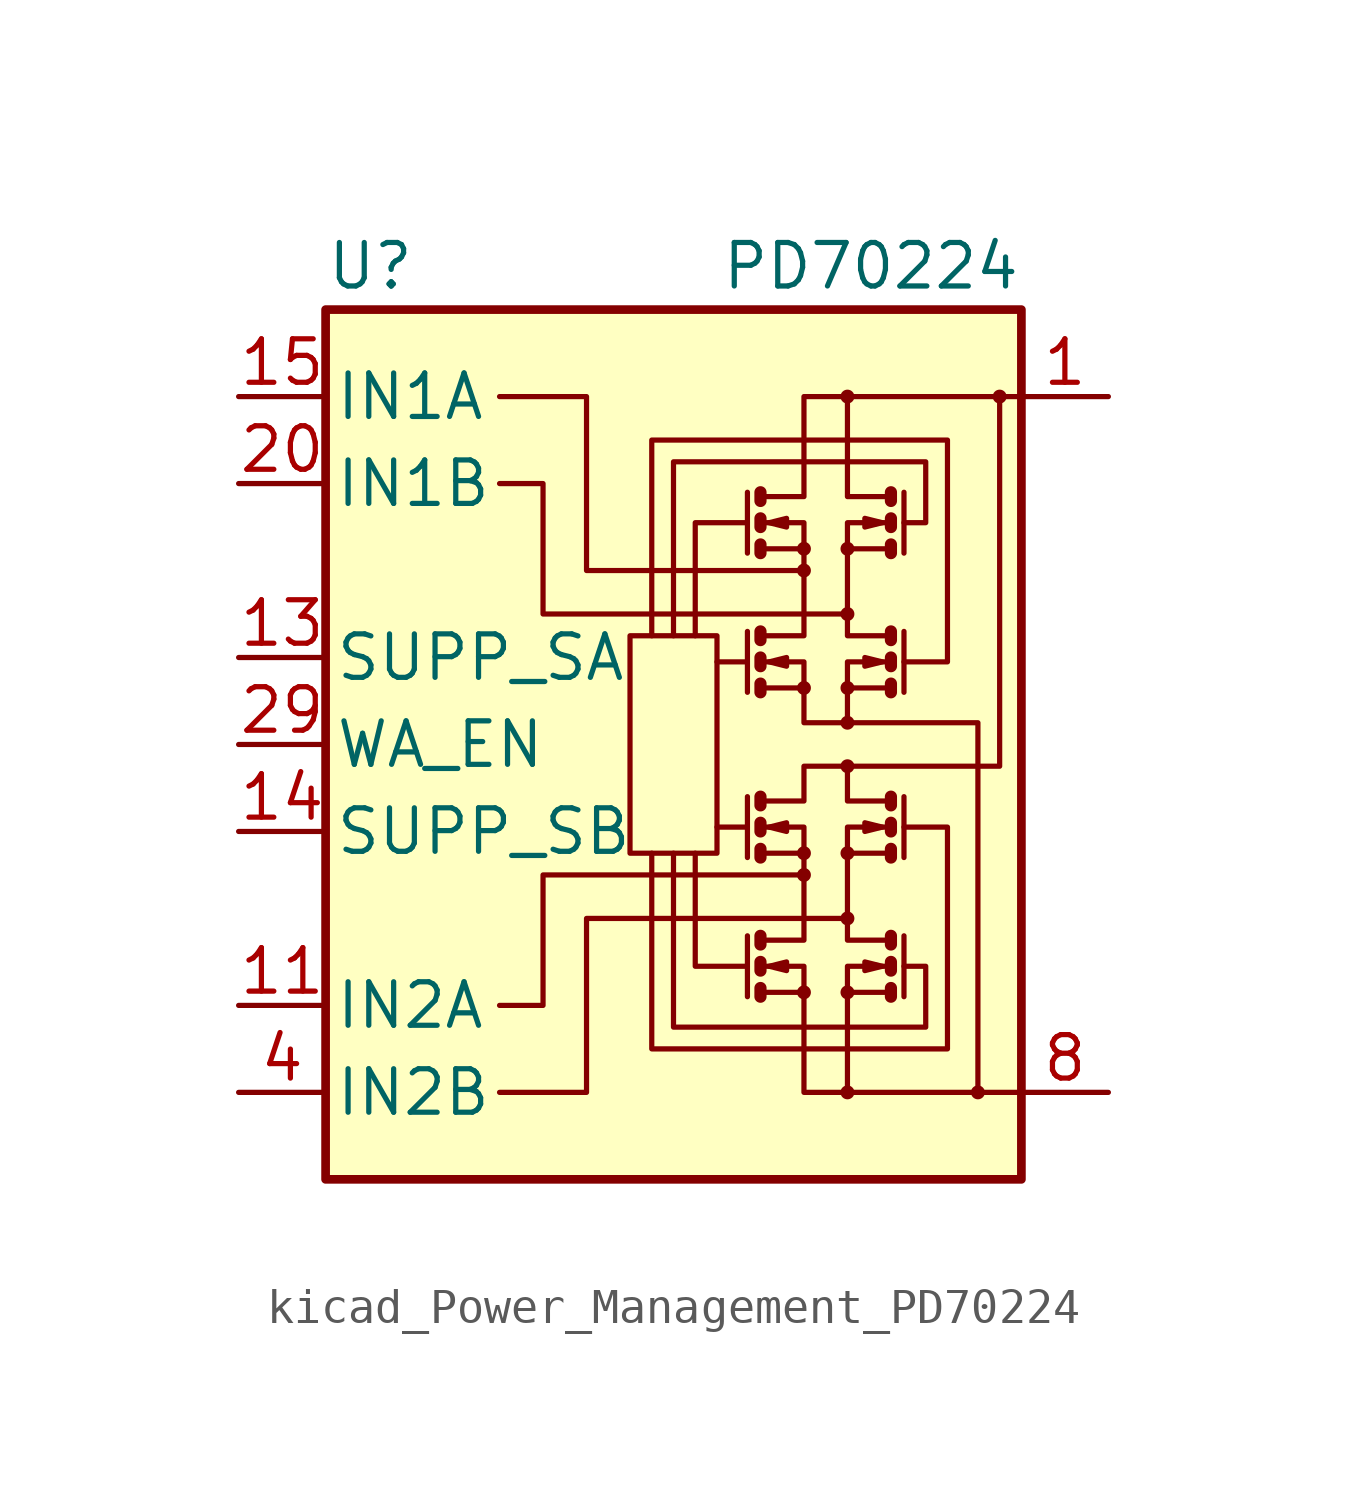
<source format=kicad_sym>
(kicad_symbol_lib
  (version 20220914)
  (generator kicad_symbol_editor)
  (symbol "kicad_Power_Management_PD70224"
    (pin_names
      (offset 0.254))
    (property "Reference" "U"
      (at -10.16 13.97 0)
      (effects (font (size 1.27 1.27)) (justify left)))
    (property "Value" "PD70224"
      (at 10.16 13.97 0)
      (effects (font (size 1.27 1.27)) (justify right)))
    (symbol "kicad_Power_Management_PD70224_0_1"
      (rectangle (start -10.16 12.7) (end 10.16 -12.7) (stroke (width 0.254) (type default)) (fill (type background)))
      (rectangle (start -1.27 3.175) (end 1.27 -3.175) (stroke (width 0) (type default)) (fill (type none)))
      (polyline (pts (xy 2.159 -5.588) (xy 2.159 -7.366)) (stroke (width 0) (type default)) (fill (type none)))
      (polyline (pts (xy 2.159 -2.413) (xy 1.27 -2.413)) (stroke (width 0) (type default)) (fill (type none)))
      (polyline (pts (xy 2.159 -1.524) (xy 2.159 -3.302)) (stroke (width 0) (type default)) (fill (type none)))
      (polyline (pts (xy 2.159 2.413) (xy 1.27 2.413)) (stroke (width 0) (type default)) (fill (type none)))
      (polyline (pts (xy 2.159 3.302) (xy 2.159 1.524)) (stroke (width 0) (type default)) (fill (type none)))
      (polyline (pts (xy 2.159 7.366) (xy 2.159 5.588)) (stroke (width 0) (type default)) (fill (type none)))
      (polyline (pts (xy 2.54 -7.239) (xy 3.81 -7.239)) (stroke (width 0) (type default)) (fill (type none)))
      (polyline (pts (xy 2.54 -3.175) (xy 3.81 -3.175)) (stroke (width 0) (type default)) (fill (type none)))
      (polyline (pts (xy 2.54 1.651) (xy 3.81 1.651)) (stroke (width 0) (type default)) (fill (type none)))
      (polyline (pts (xy 2.54 5.715) (xy 3.81 5.715)) (stroke (width 0) (type default)) (fill (type none)))
      (polyline (pts (xy 6.35 -7.239) (xy 5.08 -7.239)) (stroke (width 0) (type default)) (fill (type none)))
      (polyline (pts (xy 6.35 -3.175) (xy 5.08 -3.175)) (stroke (width 0) (type default)) (fill (type none)))
      (polyline (pts (xy 6.35 1.651) (xy 5.08 1.651)) (stroke (width 0) (type default)) (fill (type none)))
      (polyline (pts (xy 6.35 5.715) (xy 5.08 5.715)) (stroke (width 0) (type default)) (fill (type none)))
      (polyline (pts (xy 6.731 -5.588) (xy 6.731 -7.366)) (stroke (width 0) (type default)) (fill (type none)))
      (polyline (pts (xy 6.731 -1.524) (xy 6.731 -3.302)) (stroke (width 0) (type default)) (fill (type none)))
      (polyline (pts (xy 6.731 3.302) (xy 6.731 1.524)) (stroke (width 0) (type default)) (fill (type none)))
      (polyline (pts (xy 6.731 7.366) (xy 6.731 5.588)) (stroke (width 0) (type default)) (fill (type none)))
      (polyline (pts (xy 2.159 -6.477) (xy 0.635 -6.477) (xy 0.635 -3.175)) (stroke (width 0) (type default)) (fill (type none)))
      (polyline (pts (xy 2.159 6.477) (xy 0.635 6.477) (xy 0.635 3.175)) (stroke (width 0) (type default)) (fill (type none)))
      (polyline (pts (xy 2.54 -7.112) (xy 2.54 -7.366) (xy 2.54 -7.366)) (stroke (width 0.356) (type default)) (fill (type none)))
      (polyline (pts (xy 2.54 -6.35) (xy 2.54 -6.604) (xy 2.54 -6.604)) (stroke (width 0.356) (type default)) (fill (type none)))
      (polyline (pts (xy 2.54 -3.048) (xy 2.54 -3.302) (xy 2.54 -3.302)) (stroke (width 0.356) (type default)) (fill (type none)))
      (polyline (pts (xy 2.54 -2.286) (xy 2.54 -2.54) (xy 2.54 -2.54)) (stroke (width 0.356) (type default)) (fill (type none)))
      (polyline (pts (xy 2.54 -1.524) (xy 2.54 -1.778) (xy 2.54 -1.778)) (stroke (width 0.356) (type default)) (fill (type none)))
      (polyline (pts (xy 2.54 1.778) (xy 2.54 1.524) (xy 2.54 1.524)) (stroke (width 0.356) (type default)) (fill (type none)))
      (polyline (pts (xy 2.54 2.54) (xy 2.54 2.286) (xy 2.54 2.286)) (stroke (width 0.356) (type default)) (fill (type none)))
      (polyline (pts (xy 2.54 5.842) (xy 2.54 5.588) (xy 2.54 5.588)) (stroke (width 0.356) (type default)) (fill (type none)))
      (polyline (pts (xy 2.54 6.604) (xy 2.54 6.35) (xy 2.54 6.35)) (stroke (width 0.356) (type default)) (fill (type none)))
      (polyline (pts (xy 2.54 7.366) (xy 2.54 7.112) (xy 2.54 7.112)) (stroke (width 0.356) (type default)) (fill (type none)))
      (polyline (pts (xy 5.08 -10.16) (xy 5.08 -6.477) (xy 6.35 -6.477)) (stroke (width 0) (type default)) (fill (type none)))
      (polyline (pts (xy 6.35 -7.112) (xy 6.35 -7.366) (xy 6.35 -7.366)) (stroke (width 0.356) (type default)) (fill (type none)))
      (polyline (pts (xy 6.35 -6.35) (xy 6.35 -6.604) (xy 6.35 -6.604)) (stroke (width 0.356) (type default)) (fill (type none)))
      (polyline (pts (xy 6.35 -3.048) (xy 6.35 -3.302) (xy 6.35 -3.302)) (stroke (width 0.356) (type default)) (fill (type none)))
      (polyline (pts (xy 6.35 -2.286) (xy 6.35 -2.54) (xy 6.35 -2.54)) (stroke (width 0.356) (type default)) (fill (type none)))
      (polyline (pts (xy 6.35 -1.651) (xy 5.08 -1.651) (xy 5.08 -0.635)) (stroke (width 0) (type default)) (fill (type none)))
      (polyline (pts (xy 6.35 -1.524) (xy 6.35 -1.778) (xy 6.35 -1.778)) (stroke (width 0.356) (type default)) (fill (type none)))
      (polyline (pts (xy 6.35 1.778) (xy 6.35 1.524) (xy 6.35 1.524)) (stroke (width 0.356) (type default)) (fill (type none)))
      (polyline (pts (xy 6.35 2.413) (xy 5.08 2.413) (xy 5.08 0.635)) (stroke (width 0) (type default)) (fill (type none)))
      (polyline (pts (xy 6.35 2.54) (xy 6.35 2.286) (xy 6.35 2.286)) (stroke (width 0.356) (type default)) (fill (type none)))
      (polyline (pts (xy 6.35 5.842) (xy 6.35 5.588) (xy 6.35 5.588)) (stroke (width 0.356) (type default)) (fill (type none)))
      (polyline (pts (xy 6.35 6.604) (xy 6.35 6.35) (xy 6.35 6.35)) (stroke (width 0.356) (type default)) (fill (type none)))
      (polyline (pts (xy 6.35 7.239) (xy 5.08 7.239) (xy 5.08 10.16)) (stroke (width 0) (type default)) (fill (type none)))
      (polyline (pts (xy 6.35 7.366) (xy 6.35 7.112) (xy 6.35 7.112)) (stroke (width 0.356) (type default)) (fill (type none)))
      (polyline (pts (xy -5.08 -10.16) (xy -2.54 -10.16) (xy -2.54 -5.08) (xy 5.08 -5.08)) (stroke (width 0) (type default)) (fill (type none)))
      (polyline (pts (xy 2.54 -6.477) (xy 3.81 -6.477) (xy 3.81 -10.16) (xy 10.16 -10.16)) (stroke (width 0) (type default)) (fill (type none)))
      (polyline (pts (xy 2.54 -2.413) (xy 3.81 -2.413) (xy 3.81 -5.715) (xy 2.54 -5.715)) (stroke (width 0) (type default)) (fill (type none)))
      (polyline (pts (xy 2.54 6.477) (xy 3.81 6.477) (xy 3.81 3.175) (xy 2.54 3.175)) (stroke (width 0) (type default)) (fill (type none)))
      (polyline (pts (xy 2.54 7.239) (xy 3.81 7.239) (xy 3.81 10.16) (xy 10.16 10.16)) (stroke (width 0) (type default)) (fill (type none)))
      (polyline (pts (xy 2.794 -6.477) (xy 3.302 -6.35) (xy 3.302 -6.604) (xy 2.794 -6.477)) (stroke (width 0) (type default)) (fill (type none)))
      (polyline (pts (xy 2.794 -2.413) (xy 3.302 -2.286) (xy 3.302 -2.54) (xy 2.794 -2.413)) (stroke (width 0) (type default)) (fill (type none)))
      (polyline (pts (xy 2.794 2.413) (xy 3.302 2.54) (xy 3.302 2.286) (xy 2.794 2.413)) (stroke (width 0) (type default)) (fill (type none)))
      (polyline (pts (xy 2.794 6.477) (xy 3.302 6.604) (xy 3.302 6.35) (xy 2.794 6.477)) (stroke (width 0) (type default)) (fill (type none)))
      (polyline (pts (xy 3.81 -3.81) (xy -3.81 -3.81) (xy -3.81 -7.62) (xy -5.08 -7.62)) (stroke (width 0) (type default)) (fill (type none)))
      (polyline (pts (xy 3.81 5.08) (xy -2.54 5.08) (xy -2.54 10.16) (xy -5.08 10.16)) (stroke (width 0) (type default)) (fill (type none)))
      (polyline (pts (xy 5.08 3.81) (xy -3.81 3.81) (xy -3.81 7.62) (xy -5.08 7.62)) (stroke (width 0) (type default)) (fill (type none)))
      (polyline (pts (xy 6.096 -6.477) (xy 5.588 -6.35) (xy 5.588 -6.604) (xy 6.096 -6.477)) (stroke (width 0) (type default)) (fill (type none)))
      (polyline (pts (xy 6.096 -2.413) (xy 5.588 -2.286) (xy 5.588 -2.54) (xy 6.096 -2.413)) (stroke (width 0) (type default)) (fill (type none)))
      (polyline (pts (xy 6.096 2.413) (xy 5.588 2.54) (xy 5.588 2.286) (xy 6.096 2.413)) (stroke (width 0) (type default)) (fill (type none)))
      (polyline (pts (xy 6.096 6.477) (xy 5.588 6.604) (xy 5.588 6.35) (xy 6.096 6.477)) (stroke (width 0) (type default)) (fill (type none)))
      (polyline (pts (xy 6.35 -2.413) (xy 5.08 -2.413) (xy 5.08 -5.715) (xy 6.35 -5.715)) (stroke (width 0) (type default)) (fill (type none)))
      (polyline (pts (xy 6.35 6.477) (xy 5.08 6.477) (xy 5.08 3.175) (xy 6.35 3.175)) (stroke (width 0) (type default)) (fill (type none)))
      (polyline (pts (xy -0.635 3.175) (xy -0.635 8.89) (xy 8.001 8.89) (xy 8.001 2.413) (xy 6.731 2.413)) (stroke (width 0) (type default)) (fill (type none)))
      (polyline (pts (xy 0 -3.175) (xy 0 -8.255) (xy 7.366 -8.255) (xy 7.366 -6.477) (xy 6.731 -6.477)) (stroke (width 0) (type default)) (fill (type none)))
      (polyline (pts (xy 2.54 -1.651) (xy 3.81 -1.651) (xy 3.81 -0.635) (xy 9.525 -0.635) (xy 9.525 10.16)) (stroke (width 0) (type default)) (fill (type none)))
      (polyline (pts (xy 2.54 2.413) (xy 3.81 2.413) (xy 3.81 0.635) (xy 8.89 0.635) (xy 8.89 -10.16)) (stroke (width 0) (type default)) (fill (type none)))
      (polyline (pts (xy 6.731 -2.413) (xy 8.001 -2.413) (xy 8.001 -8.89) (xy -0.635 -8.89) (xy -0.635 -3.175)) (stroke (width 0) (type default)) (fill (type none)))
      (polyline (pts (xy 6.731 6.477) (xy 7.366 6.477) (xy 7.366 8.255) (xy 0 8.255) (xy 0 3.175)) (stroke (width 0) (type default)) (fill (type none)))
      (circle (center 3.81 -7.239) (radius 0.127) (stroke (width 0) (type default)) (fill (type none)))
      (circle (center 3.81 -3.81) (radius 0.127) (stroke (width 0) (type default)) (fill (type none)))
      (circle (center 3.81 -3.175) (radius 0.127) (stroke (width 0) (type default)) (fill (type none)))
      (circle (center 3.81 1.651) (radius 0.127) (stroke (width 0) (type default)) (fill (type none)))
      (circle (center 3.81 5.08) (radius 0.127) (stroke (width 0) (type default)) (fill (type none)))
      (circle (center 3.81 5.715) (radius 0.127) (stroke (width 0) (type default)) (fill (type none)))
      (circle (center 5.08 -10.16) (radius 0.127) (stroke (width 0) (type default)) (fill (type none)))
      (circle (center 5.08 -7.239) (radius 0.127) (stroke (width 0) (type default)) (fill (type none)))
      (circle (center 5.08 -5.08) (radius 0.127) (stroke (width 0) (type default)) (fill (type none)))
      (circle (center 5.08 -3.175) (radius 0.127) (stroke (width 0) (type default)) (fill (type none)))
      (circle (center 5.08 -0.635) (radius 0.127) (stroke (width 0) (type default)) (fill (type none)))
      (circle (center 5.08 0.635) (radius 0.127) (stroke (width 0) (type default)) (fill (type none)))
      (circle (center 5.08 1.651) (radius 0.127) (stroke (width 0) (type default)) (fill (type none)))
      (circle (center 5.08 3.81) (radius 0.127) (stroke (width 0) (type default)) (fill (type none)))
      (circle (center 5.08 5.715) (radius 0.127) (stroke (width 0) (type default)) (fill (type none)))
      (circle (center 5.08 10.16) (radius 0.127) (stroke (width 0) (type default)) (fill (type none)))
      (circle (center 8.89 -10.16) (radius 0.127) (stroke (width 0) (type default)) (fill (type none)))
      (circle (center 9.525 10.16) (radius 0.127) (stroke (width 0) (type default)) (fill (type none))))
    (symbol "kicad_Power_Management_PD70224_1_1"
      (polyline (pts (xy 2.54 -5.588) (xy 2.54 -5.842)) (stroke (width 0.356) (type default)) (fill (type none)))
      (polyline (pts (xy 2.54 3.302) (xy 2.54 3.048)) (stroke (width 0.356) (type default)) (fill (type none)))
      (polyline (pts (xy 6.35 -5.588) (xy 6.35 -5.842)) (stroke (width 0.356) (type default)) (fill (type none)))
      (polyline (pts (xy 6.35 3.302) (xy 6.35 3.048)) (stroke (width 0.356) (type default)) (fill (type none)))
      (pin power_in line (at 12.7 10.16 180) (length 2.54) (name "~" (effects (font (size 1.27 1.27)))) (number "1" (effects (font (size 1.27 1.27)))))
      (pin passive line (at 12.7 -10.16 180) (length 2.54) hide (name "~" (effects (font (size 1.27 1.27)))) (number "10" (effects (font (size 1.27 1.27)))))
      (pin passive line (at -12.7 -7.62 0) (length 2.54) (name "IN2A" (effects (font (size 1.27 1.27)))) (number "11" (effects (font (size 1.27 1.27)))))
      (pin passive line (at -12.7 -7.62 0) (length 2.54) hide (name "IN2A" (effects (font (size 1.27 1.27)))) (number "12" (effects (font (size 1.27 1.27)))))
      (pin input line (at -12.7 2.54 0) (length 2.54) (name "SUPP_SA" (effects (font (size 1.27 1.27)))) (number "13" (effects (font (size 1.27 1.27)))))
      (pin input line (at -12.7 -2.54 0) (length 2.54) (name "SUPP_SB" (effects (font (size 1.27 1.27)))) (number "14" (effects (font (size 1.27 1.27)))))
      (pin passive line (at -12.7 10.16 0) (length 2.54) (name "IN1A" (effects (font (size 1.27 1.27)))) (number "15" (effects (font (size 1.27 1.27)))))
      (pin passive line (at -12.7 10.16 0) (length 2.54) hide (name "IN1A" (effects (font (size 1.27 1.27)))) (number "16" (effects (font (size 1.27 1.27)))))
      (pin passive line (at 12.7 -10.16 180) (length 2.54) hide (name "~" (effects (font (size 1.27 1.27)))) (number "17" (effects (font (size 1.27 1.27)))))
      (pin passive line (at 12.7 -10.16 180) (length 2.54) hide (name "~" (effects (font (size 1.27 1.27)))) (number "18" (effects (font (size 1.27 1.27)))))
      (pin passive line (at 12.7 -10.16 180) (length 2.54) hide (name "~" (effects (font (size 1.27 1.27)))) (number "19" (effects (font (size 1.27 1.27)))))
      (pin passive line (at 12.7 10.16 180) (length 2.54) hide (name "~" (effects (font (size 1.27 1.27)))) (number "2" (effects (font (size 1.27 1.27)))))
      (pin passive line (at -12.7 7.62 0) (length 2.54) (name "IN1B" (effects (font (size 1.27 1.27)))) (number "20" (effects (font (size 1.27 1.27)))))
      (pin passive line (at -12.7 7.62 0) (length 2.54) hide (name "IN1B" (effects (font (size 1.27 1.27)))) (number "21" (effects (font (size 1.27 1.27)))))
      (pin passive line (at -12.7 7.62 0) (length 2.54) hide (name "IN1B" (effects (font (size 1.27 1.27)))) (number "22" (effects (font (size 1.27 1.27)))))
      (pin passive line (at -12.7 7.62 0) (length 2.54) hide (name "IN1B" (effects (font (size 1.27 1.27)))) (number "23" (effects (font (size 1.27 1.27)))))
      (pin passive line (at 12.7 10.16 180) (length 2.54) hide (name "~" (effects (font (size 1.27 1.27)))) (number "24" (effects (font (size 1.27 1.27)))))
      (pin passive line (at 12.7 10.16 180) (length 2.54) hide (name "~" (effects (font (size 1.27 1.27)))) (number "25" (effects (font (size 1.27 1.27)))))
      (pin passive line (at 12.7 10.16 180) (length 2.54) hide (name "~" (effects (font (size 1.27 1.27)))) (number "26" (effects (font (size 1.27 1.27)))))
      (pin passive line (at -12.7 10.16 0) (length 2.54) hide (name "IN1A" (effects (font (size 1.27 1.27)))) (number "27" (effects (font (size 1.27 1.27)))))
      (pin passive line (at -12.7 10.16 0) (length 2.54) hide (name "IN1A" (effects (font (size 1.27 1.27)))) (number "28" (effects (font (size 1.27 1.27)))))
      (pin input line (at -12.7 0 0) (length 2.54) (name "WA_EN" (effects (font (size 1.27 1.27)))) (number "29" (effects (font (size 1.27 1.27)))))
      (pin passive line (at 12.7 10.16 180) (length 2.54) hide (name "~" (effects (font (size 1.27 1.27)))) (number "3" (effects (font (size 1.27 1.27)))))
      (pin no_connect line (at -10.16 5.08 0) (length 2.54) hide (name "NC" (effects (font (size 1.27 1.27)))) (number "30" (effects (font (size 1.27 1.27)))))
      (pin passive line (at -12.7 -7.62 0) (length 2.54) hide (name "IN2A" (effects (font (size 1.27 1.27)))) (number "31" (effects (font (size 1.27 1.27)))))
      (pin passive line (at -12.7 -7.62 0) (length 2.54) hide (name "IN2A" (effects (font (size 1.27 1.27)))) (number "32" (effects (font (size 1.27 1.27)))))
      (pin passive line (at 12.7 10.16 180) (length 2.54) hide (name "~" (effects (font (size 1.27 1.27)))) (number "33" (effects (font (size 1.27 1.27)))))
      (pin passive line (at 12.7 -10.16 180) (length 2.54) hide (name "~" (effects (font (size 1.27 1.27)))) (number "34" (effects (font (size 1.27 1.27)))))
      (pin passive line (at -12.7 -10.16 0) (length 2.54) (name "IN2B" (effects (font (size 1.27 1.27)))) (number "4" (effects (font (size 1.27 1.27)))))
      (pin passive line (at -12.7 -10.16 0) (length 2.54) hide (name "IN2B" (effects (font (size 1.27 1.27)))) (number "5" (effects (font (size 1.27 1.27)))))
      (pin passive line (at -12.7 -10.16 0) (length 2.54) hide (name "IN2B" (effects (font (size 1.27 1.27)))) (number "6" (effects (font (size 1.27 1.27)))))
      (pin passive line (at -12.7 -10.16 0) (length 2.54) hide (name "IN2B" (effects (font (size 1.27 1.27)))) (number "7" (effects (font (size 1.27 1.27)))))
      (pin power_in line (at 12.7 -10.16 180) (length 2.54) (name "~" (effects (font (size 1.27 1.27)))) (number "8" (effects (font (size 1.27 1.27)))))
      (pin passive line (at 12.7 -10.16 180) (length 2.54) hide (name "~" (effects (font (size 1.27 1.27)))) (number "9" (effects (font (size 1.27 1.27))))))))
</source>
